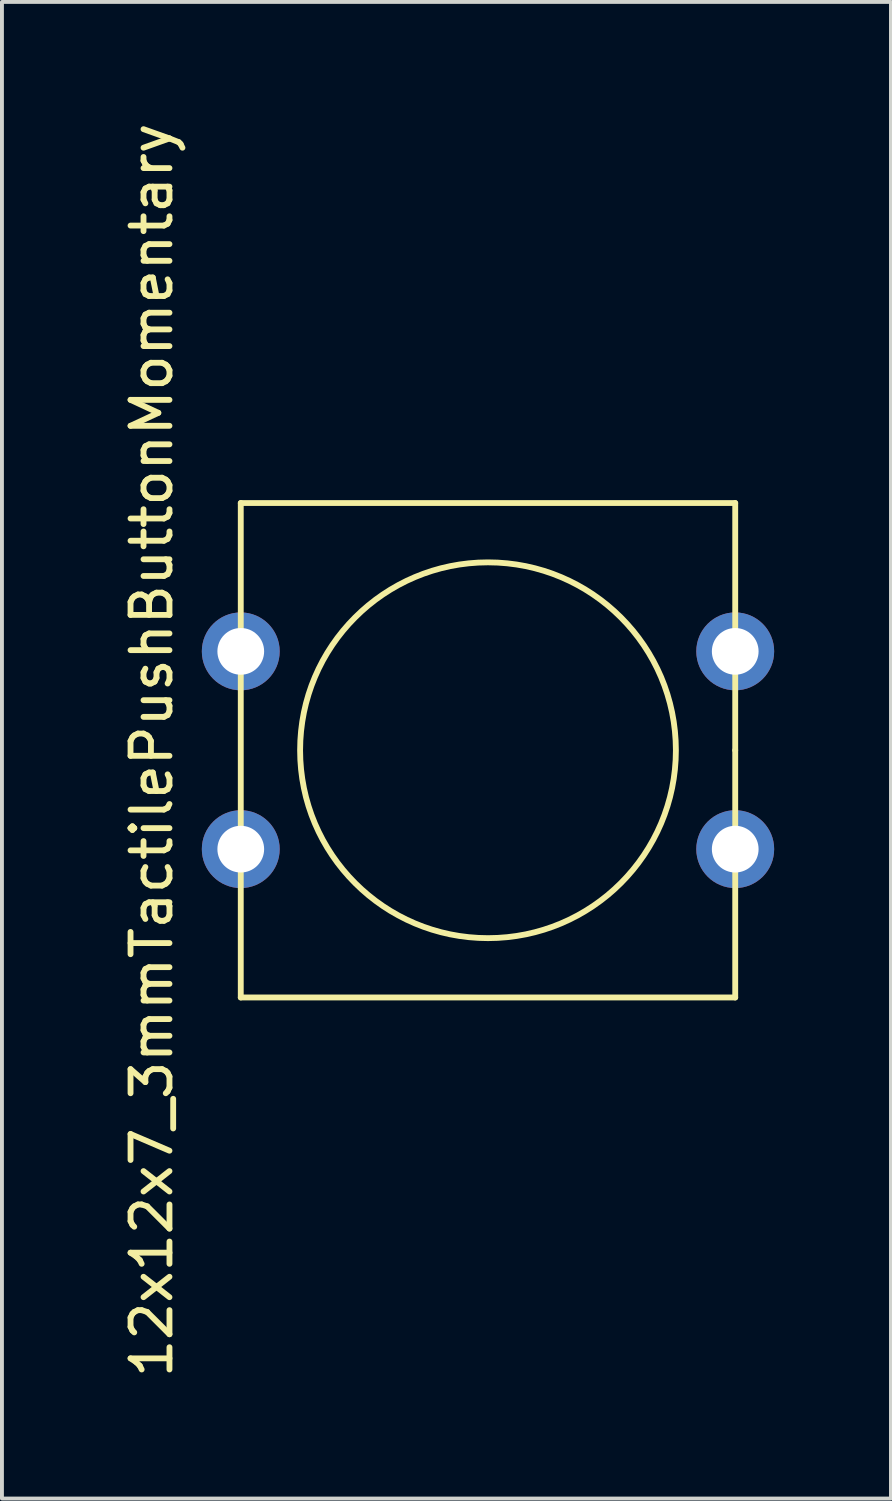
<source format=kicad_pcb>
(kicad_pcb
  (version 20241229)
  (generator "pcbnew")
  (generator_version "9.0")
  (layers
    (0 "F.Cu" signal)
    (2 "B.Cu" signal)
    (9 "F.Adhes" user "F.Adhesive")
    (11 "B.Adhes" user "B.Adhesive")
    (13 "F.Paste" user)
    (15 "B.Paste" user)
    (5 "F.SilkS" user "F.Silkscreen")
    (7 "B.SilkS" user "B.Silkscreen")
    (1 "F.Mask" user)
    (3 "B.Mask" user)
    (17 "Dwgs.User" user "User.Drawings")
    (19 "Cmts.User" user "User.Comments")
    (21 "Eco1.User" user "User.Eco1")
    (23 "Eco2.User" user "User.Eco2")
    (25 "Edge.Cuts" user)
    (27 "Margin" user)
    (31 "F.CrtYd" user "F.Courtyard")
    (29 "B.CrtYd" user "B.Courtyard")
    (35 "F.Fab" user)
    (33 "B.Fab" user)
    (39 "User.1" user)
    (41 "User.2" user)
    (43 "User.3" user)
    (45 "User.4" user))
  (footprint "12x12x7_3mmTactilePushButtonMomentary"
    (layer "F.Cu")
    (at 9.484 16.22)
    (property "Reference" "12x12x7_3mmTactilePushButtonMomentary" (at -8.636 0 90) (layer "F.SilkS") (effects (font (size 1 1) (thickness 0.15))))
    (attr through_hole)
    (fp_line (start -6.35 -6.35) (end 6.35 -6.35) (stroke (width 0.15) (type solid)) (layer "F.SilkS"))
    (fp_line (start -6.35 6.35) (end -6.35 -6.35) (stroke (width 0.15) (type solid)) (layer "F.SilkS"))
    (fp_line (start 6.35 -6.35) (end 6.35 0) (stroke (width 0.15) (type solid)) (layer "F.SilkS"))
    (fp_line (start 6.35 0) (end 6.35 6.35) (stroke (width 0.15) (type solid)) (layer "F.SilkS"))
    (fp_line (start 6.35 6.35) (end -6.35 6.35) (stroke (width 0.15) (type solid)) (layer "F.SilkS"))
    (fp_circle (center 0 0) (end 0 4.826) (stroke (width 0.15) (type solid)) (fill no) (layer "F.SilkS"))
    (pad "1" thru_hole circle (at 6.35 2.54) (size 2 2) (drill 1.2) (layers "*.Cu" "*.Mask"))
    (pad "2" thru_hole circle (at -6.35 2.54) (size 2 2) (drill 1.2) (layers "*.Cu" "*.Mask"))
    (pad "3" thru_hole circle (at 6.35 -2.54) (size 2 2) (drill 1.2) (layers "*.Cu" "*.Mask"))
    (pad "4" thru_hole circle (at -6.35 -2.54) (size 2 2) (drill 1.2) (layers "*.Cu" "*.Mask")))
  (gr_rect
    (start -3 -3)
    (end 19.834 35.44)
    (stroke (width 0.1) (type default))
    (fill no)
    (layer "Edge.Cuts")))
</source>
